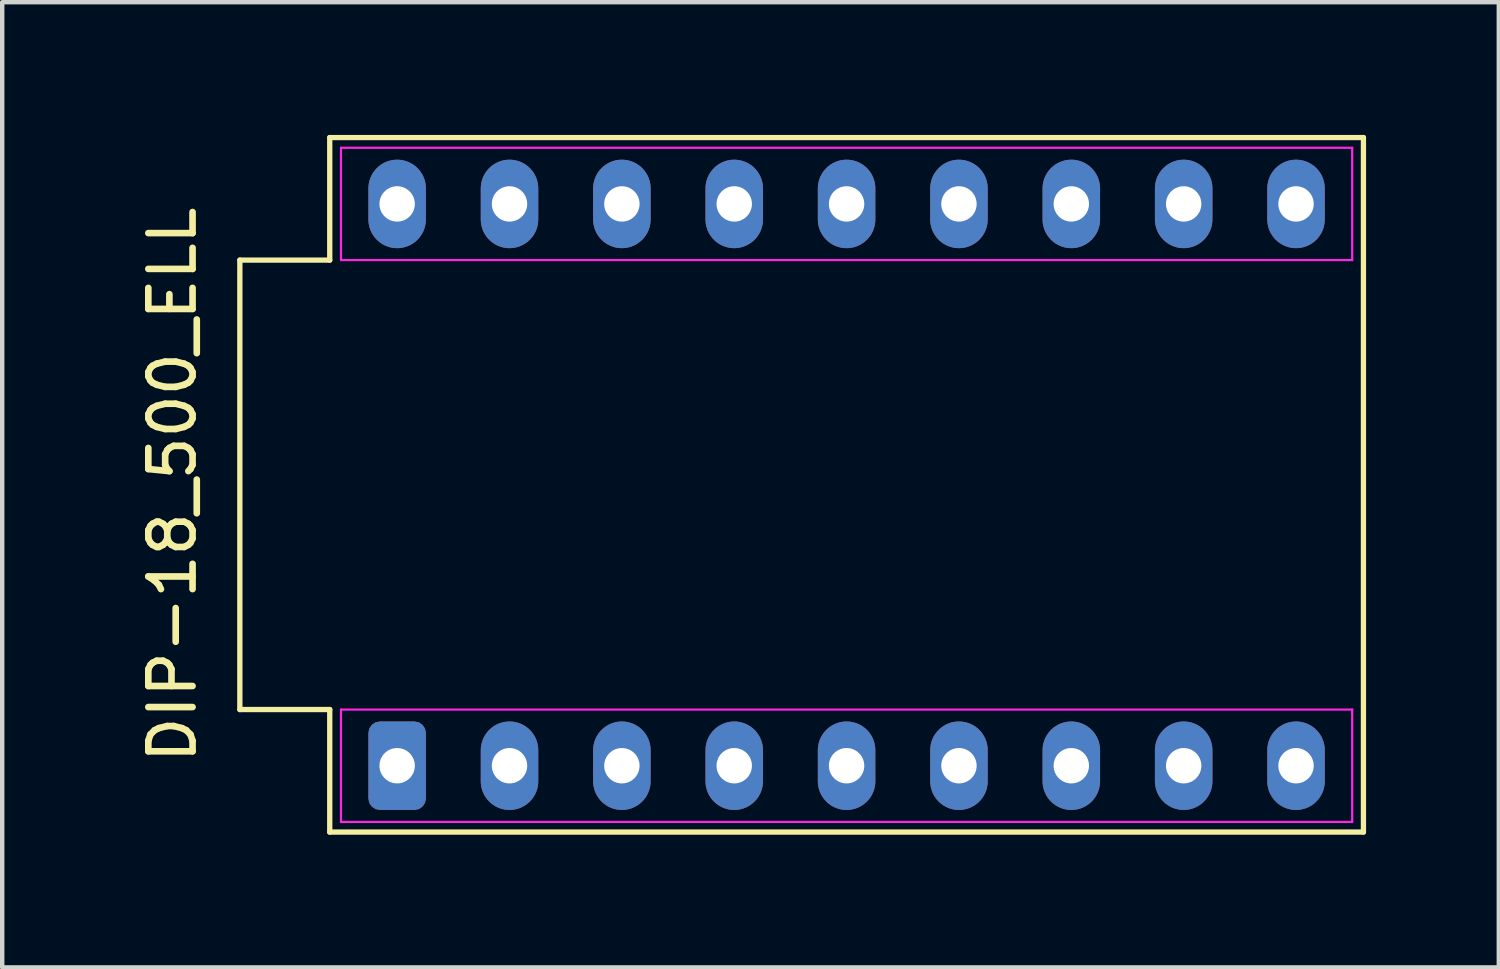
<source format=kicad_pcb>
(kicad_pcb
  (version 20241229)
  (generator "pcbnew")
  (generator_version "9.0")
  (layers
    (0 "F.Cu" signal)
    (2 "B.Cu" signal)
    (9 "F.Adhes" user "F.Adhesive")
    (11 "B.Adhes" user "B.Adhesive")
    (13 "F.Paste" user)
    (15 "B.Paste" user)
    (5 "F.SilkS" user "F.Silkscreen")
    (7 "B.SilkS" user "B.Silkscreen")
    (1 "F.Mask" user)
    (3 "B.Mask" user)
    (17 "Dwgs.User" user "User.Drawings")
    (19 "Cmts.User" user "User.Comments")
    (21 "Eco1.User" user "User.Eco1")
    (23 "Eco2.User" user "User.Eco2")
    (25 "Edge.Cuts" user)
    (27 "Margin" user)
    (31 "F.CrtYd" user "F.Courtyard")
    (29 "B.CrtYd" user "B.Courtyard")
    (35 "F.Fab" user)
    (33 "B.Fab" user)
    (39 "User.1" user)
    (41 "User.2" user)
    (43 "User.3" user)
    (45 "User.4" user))
  (footprint "DIP-18_500_ELL"
    (layer "F.Cu")
    (at 16.088 7.91)
    (property "Reference" "DIP-18_500_ELL" (at -15.24 0 90) (unlocked yes) (layer "F.SilkS") (effects (font (size 1 1) (thickness 0.15))))
    (attr through_hole)
    (fp_line (start -13.716 -5.08) (end -13.716 5.08) (stroke (width 0.12) (type default)) (layer "F.SilkS"))
    (fp_line (start -13.716 5.08) (end -11.684 5.08) (stroke (width 0.12) (type default)) (layer "F.SilkS"))
    (fp_line (start -11.684 -7.85) (end -11.684 -5.08) (stroke (width 0.12) (type default)) (layer "F.SilkS"))
    (fp_line (start -11.684 -5.08) (end -13.716 -5.08) (stroke (width 0.12) (type default)) (layer "F.SilkS"))
    (fp_line (start -11.684 5.08) (end -11.684 7.85) (stroke (width 0.12) (type default)) (layer "F.SilkS"))
    (fp_line (start -11.684 7.85) (end 11.684 7.85) (stroke (width 0.12) (type default)) (layer "F.SilkS"))
    (fp_line (start 11.684 -7.85) (end -11.684 -7.85) (stroke (width 0.12) (type default)) (layer "F.SilkS"))
    (fp_line (start 11.684 7.85) (end 11.684 -7.85) (stroke (width 0.12) (type default)) (layer "F.SilkS"))
    (fp_line (start -11.43 -7.62) (end 11.43 -7.62) (stroke (width 0.05) (type default)) (layer "F.CrtYd"))
    (fp_line (start -11.43 -5.08) (end -11.43 -7.62) (stroke (width 0.05) (type default)) (layer "F.CrtYd"))
    (fp_line (start -11.43 5.08) (end 11.43 5.08) (stroke (width 0.05) (type default)) (layer "F.CrtYd"))
    (fp_line (start -11.43 7.62) (end -11.43 5.08) (stroke (width 0.05) (type default)) (layer "F.CrtYd"))
    (fp_line (start 11.43 -7.62) (end 11.43 -5.08) (stroke (width 0.05) (type default)) (layer "F.CrtYd"))
    (fp_line (start 11.43 -5.08) (end -11.43 -5.08) (stroke (width 0.05) (type default)) (layer "F.CrtYd"))
    (fp_line (start 11.43 5.08) (end 11.43 7.62) (stroke (width 0.05) (type default)) (layer "F.CrtYd"))
    (fp_line (start 11.43 7.62) (end -11.43 7.62) (stroke (width 0.05) (type default)) (layer "F.CrtYd"))
    (pad "1" thru_hole roundrect (at -10.16 6.35) (size 1.3 2) (drill 0.8) (layers "*.Cu" "*.Mask") (roundrect_rratio 0.2))
    (pad "2" thru_hole oval (at -7.62 6.35) (size 1.3 2) (drill 0.8) (layers "*.Cu" "*.Mask"))
    (pad "3" thru_hole oval (at -5.08 6.35) (size 1.3 2) (drill 0.8) (layers "*.Cu" "*.Mask"))
    (pad "4" thru_hole oval (at -2.54 6.35) (size 1.3 2) (drill 0.8) (layers "*.Cu" "*.Mask"))
    (pad "5" thru_hole oval (at 0 6.35) (size 1.3 2) (drill 0.8) (layers "*.Cu" "*.Mask"))
    (pad "6" thru_hole oval (at 2.54 6.35) (size 1.3 2) (drill 0.8) (layers "*.Cu" "*.Mask"))
    (pad "7" thru_hole oval (at 5.08 6.35) (size 1.3 2) (drill 0.8) (layers "*.Cu" "*.Mask"))
    (pad "8" thru_hole oval (at 7.62 6.35) (size 1.3 2) (drill 0.8) (layers "*.Cu" "*.Mask"))
    (pad "9" thru_hole oval (at 10.16 6.35) (size 1.3 2) (drill 0.8) (layers "*.Cu" "*.Mask"))
    (pad "10" thru_hole oval (at 10.16 -6.35) (size 1.3 2) (drill 0.8) (layers "*.Cu" "*.Mask"))
    (pad "11" thru_hole oval (at 7.62 -6.35) (size 1.3 2) (drill 0.8) (layers "*.Cu" "*.Mask"))
    (pad "12" thru_hole oval (at 5.08 -6.35) (size 1.3 2) (drill 0.8) (layers "*.Cu" "*.Mask"))
    (pad "13" thru_hole oval (at 2.54 -6.35) (size 1.3 2) (drill 0.8) (layers "*.Cu" "*.Mask"))
    (pad "14" thru_hole oval (at 0 -6.35) (size 1.3 2) (drill 0.8) (layers "*.Cu" "*.Mask"))
    (pad "15" thru_hole oval (at -2.54 -6.35) (size 1.3 2) (drill 0.8) (layers "*.Cu" "*.Mask"))
    (pad "16" thru_hole oval (at -5.08 -6.35) (size 1.3 2) (drill 0.8) (layers "*.Cu" "*.Mask"))
    (pad "17" thru_hole oval (at -7.62 -6.35) (size 1.3 2) (drill 0.8) (layers "*.Cu" "*.Mask"))
    (pad "18" thru_hole oval (at -10.16 -6.35) (size 1.3 2) (drill 0.8) (layers "*.Cu" "*.Mask")))
  (gr_rect
    (start -3 -3)
    (end 30.832 18.82)
    (stroke (width 0.1) (type default))
    (fill no)
    (layer "Edge.Cuts")))
</source>
